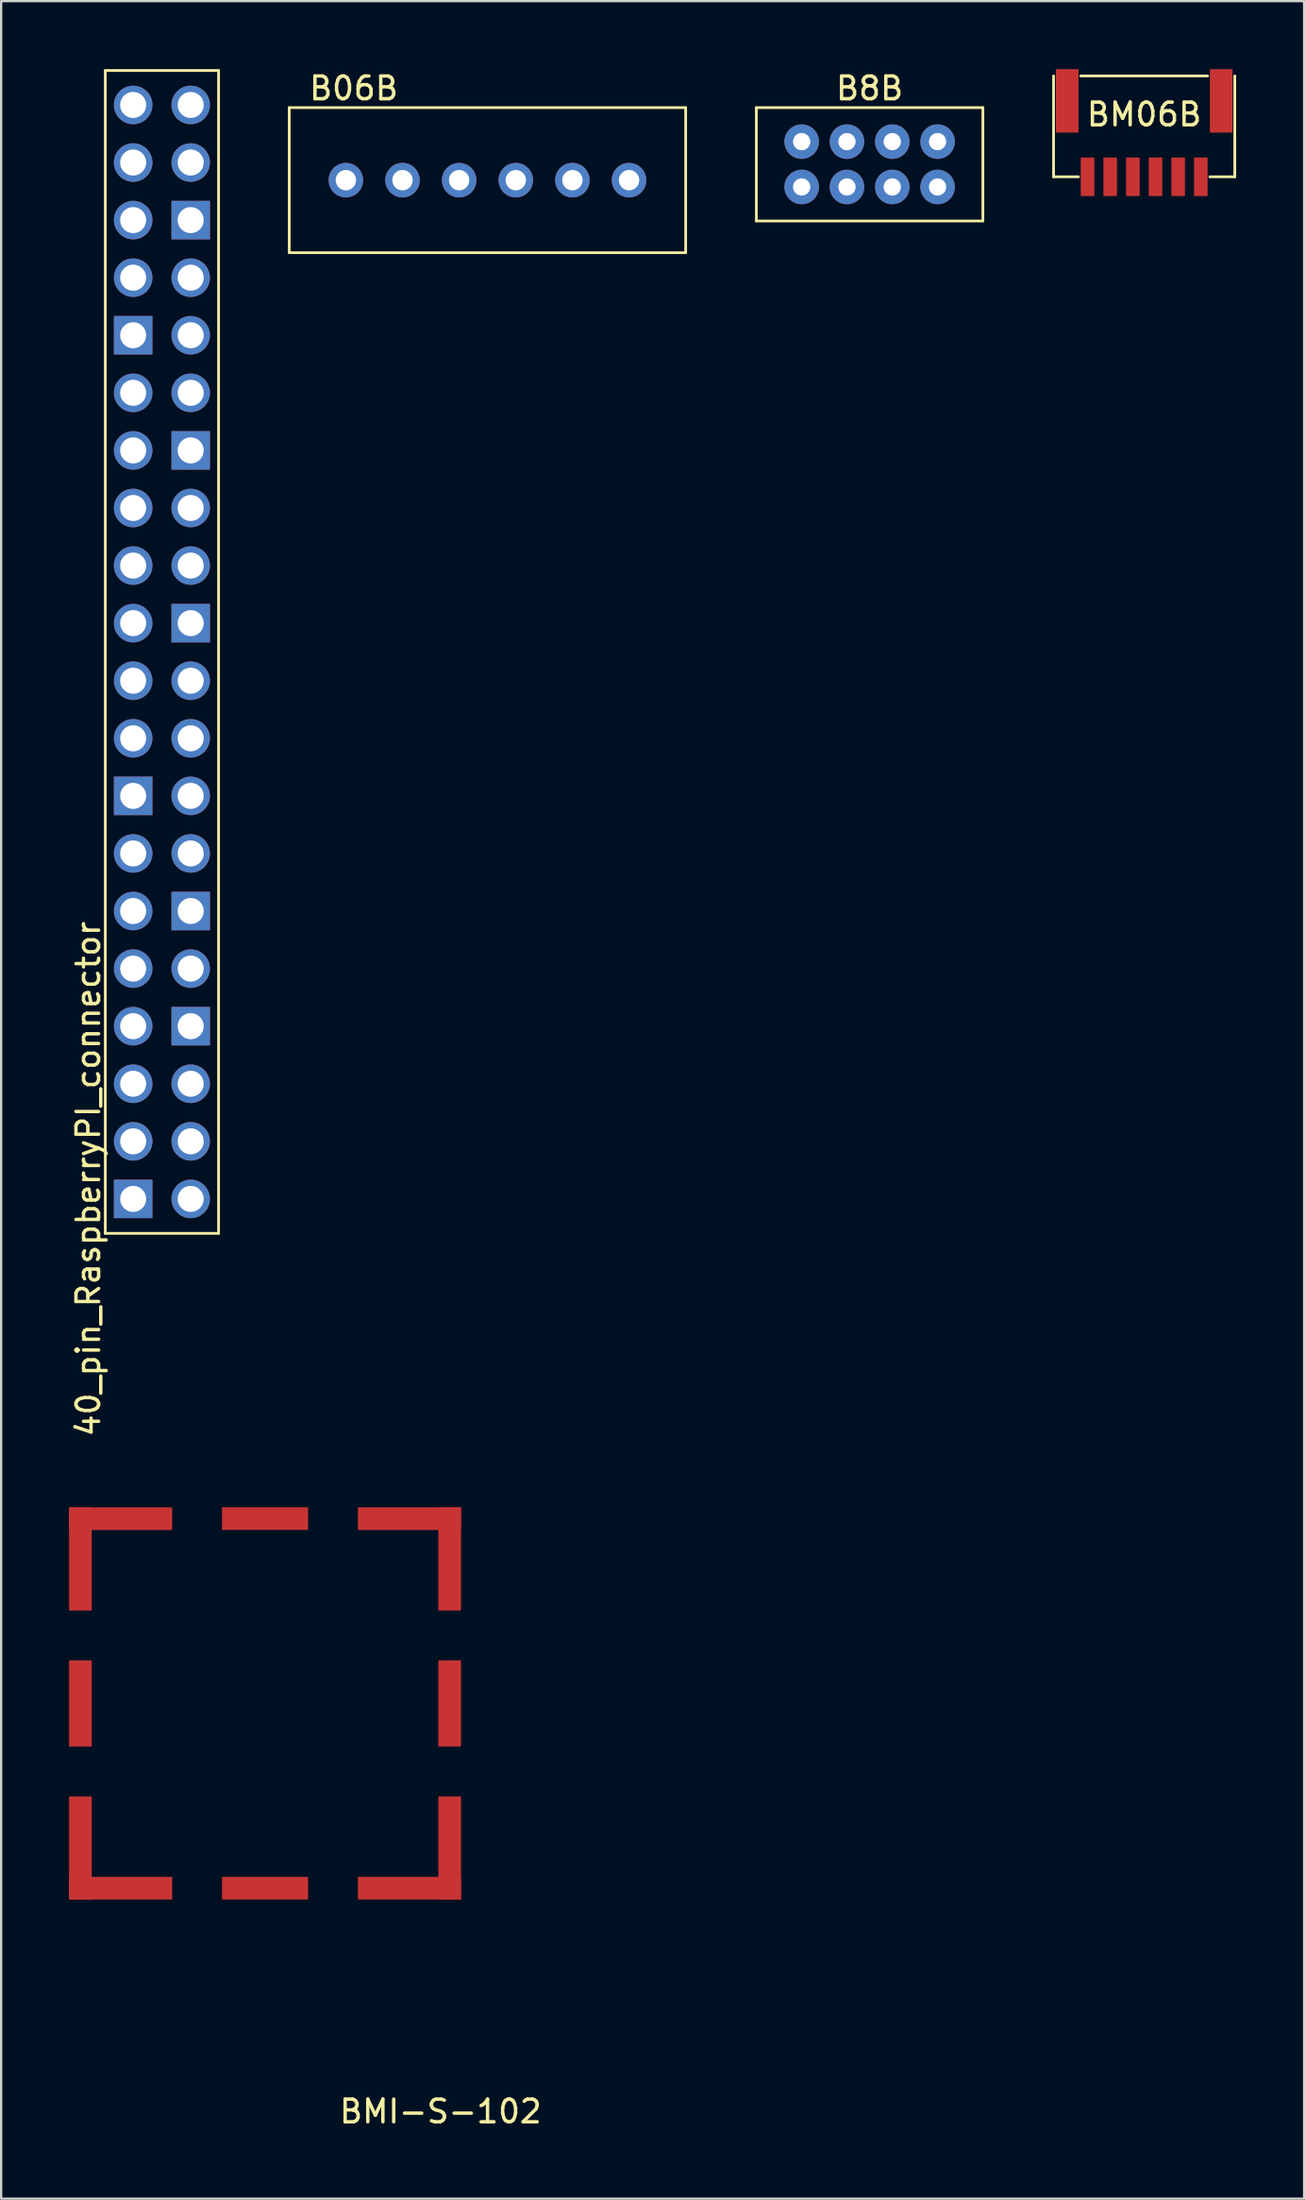
<source format=kicad_pcb>
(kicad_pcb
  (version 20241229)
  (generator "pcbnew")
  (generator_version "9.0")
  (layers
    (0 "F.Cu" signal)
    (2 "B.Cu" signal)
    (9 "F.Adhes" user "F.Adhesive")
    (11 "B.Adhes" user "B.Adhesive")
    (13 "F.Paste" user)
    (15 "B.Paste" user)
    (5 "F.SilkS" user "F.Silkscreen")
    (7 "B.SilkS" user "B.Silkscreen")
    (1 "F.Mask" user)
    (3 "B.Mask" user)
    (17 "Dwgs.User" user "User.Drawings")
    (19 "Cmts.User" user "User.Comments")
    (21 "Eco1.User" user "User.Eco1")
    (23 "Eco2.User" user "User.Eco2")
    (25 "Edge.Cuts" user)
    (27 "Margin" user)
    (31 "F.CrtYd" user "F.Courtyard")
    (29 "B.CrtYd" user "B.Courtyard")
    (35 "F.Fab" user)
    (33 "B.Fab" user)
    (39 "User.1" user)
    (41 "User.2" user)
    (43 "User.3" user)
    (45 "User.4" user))
  (footprint "40_pin_RaspberryPI_connector"
    (layer "F.Cu")
    (at 4.098 25.71)
    (property "Reference" "40_pin_RaspberryPI_connector" (at -3.25 23.25 90) (layer "F.SilkS") (effects (font (size 1 1) (thickness 0.15))))
    (attr through_hole)
    (fp_line (start -2.5 -25.65) (end -2.5 25.65) (stroke (width 0.12) (type solid)) (layer "F.SilkS"))
    (fp_line (start -2.5 -25.65) (end 2.5 -25.65) (stroke (width 0.12) (type solid)) (layer "F.SilkS"))
    (fp_line (start -2.5 25.65) (end 2.5 25.65) (stroke (width 0.12) (type solid)) (layer "F.SilkS"))
    (fp_line (start 2.5 -25.65) (end 2.5 25.65) (stroke (width 0.12) (type solid)) (layer "F.SilkS"))
    (pad "1" thru_hole circle (at -1.27 -24.13) (size 1.7 1.7) (drill 1.15) (layers "*.Cu" "*.Mask"))
    (pad "2" thru_hole circle (at 1.27 -24.13) (size 1.7 1.7) (drill 1.15) (layers "*.Cu" "*.Mask"))
    (pad "3" thru_hole circle (at -1.27 -21.59) (size 1.7 1.7) (drill 1.15) (layers "*.Cu" "*.Mask"))
    (pad "4" thru_hole circle (at 1.27 -21.59) (size 1.7 1.7) (drill 1.15) (layers "*.Cu" "*.Mask"))
    (pad "5" thru_hole circle (at -1.27 -19.05) (size 1.7 1.7) (drill 1.15) (layers "*.Cu" "*.Mask"))
    (pad "6" thru_hole rect (at 1.27 -19.05) (size 1.7 1.7) (drill 1.15) (layers "*.Cu" "*.Mask"))
    (pad "7" thru_hole circle (at -1.27 -16.51) (size 1.7 1.7) (drill 1.15) (layers "*.Cu" "*.Mask"))
    (pad "8" thru_hole circle (at 1.27 -16.51) (size 1.7 1.7) (drill 1.15) (layers "*.Cu" "*.Mask"))
    (pad "9" thru_hole rect (at -1.27 -13.97) (size 1.7 1.7) (drill 1.15) (layers "*.Cu" "*.Mask"))
    (pad "10" thru_hole circle (at 1.27 -13.97) (size 1.7 1.7) (drill 1.15) (layers "*.Cu" "*.Mask"))
    (pad "11" thru_hole circle (at -1.27 -11.43) (size 1.7 1.7) (drill 1.15) (layers "*.Cu" "*.Mask"))
    (pad "12" thru_hole circle (at 1.27 -11.43) (size 1.7 1.7) (drill 1.15) (layers "*.Cu" "*.Mask"))
    (pad "13" thru_hole circle (at -1.27 -8.89) (size 1.7 1.7) (drill 1.15) (layers "*.Cu" "*.Mask"))
    (pad "14" thru_hole rect (at 1.27 -8.89) (size 1.7 1.7) (drill 1.15) (layers "*.Cu" "*.Mask"))
    (pad "15" thru_hole circle (at -1.27 -6.35) (size 1.7 1.7) (drill 1.15) (layers "*.Cu" "*.Mask"))
    (pad "16" thru_hole circle (at 1.27 -6.35) (size 1.7 1.7) (drill 1.15) (layers "*.Cu" "*.Mask"))
    (pad "17" thru_hole circle (at -1.27 -3.81) (size 1.7 1.7) (drill 1.15) (layers "*.Cu" "*.Mask"))
    (pad "18" thru_hole circle (at 1.27 -3.81) (size 1.7 1.7) (drill 1.15) (layers "*.Cu" "*.Mask"))
    (pad "19" thru_hole circle (at -1.27 -1.27) (size 1.7 1.7) (drill 1.15) (layers "*.Cu" "*.Mask"))
    (pad "20" thru_hole rect (at 1.27 -1.27) (size 1.7 1.7) (drill 1.15) (layers "*.Cu" "*.Mask"))
    (pad "21" thru_hole circle (at -1.27 1.27) (size 1.7 1.7) (drill 1.15) (layers "*.Cu" "*.Mask"))
    (pad "22" thru_hole circle (at 1.27 1.27) (size 1.7 1.7) (drill 1.15) (layers "*.Cu" "*.Mask"))
    (pad "23" thru_hole circle (at -1.27 3.81) (size 1.7 1.7) (drill 1.15) (layers "*.Cu" "*.Mask"))
    (pad "24" thru_hole circle (at 1.27 3.81) (size 1.7 1.7) (drill 1.15) (layers "*.Cu" "*.Mask"))
    (pad "25" thru_hole rect (at -1.27 6.35) (size 1.7 1.7) (drill 1.15) (layers "*.Cu" "*.Mask"))
    (pad "26" thru_hole circle (at 1.27 6.35) (size 1.7 1.7) (drill 1.15) (layers "*.Cu" "*.Mask"))
    (pad "27" thru_hole circle (at -1.27 8.89) (size 1.7 1.7) (drill 1.15) (layers "*.Cu" "*.Mask"))
    (pad "28" thru_hole circle (at 1.27 8.89) (size 1.7 1.7) (drill 1.15) (layers "*.Cu" "*.Mask"))
    (pad "29" thru_hole circle (at -1.27 11.43) (size 1.7 1.7) (drill 1.15) (layers "*.Cu" "*.Mask"))
    (pad "30" thru_hole rect (at 1.27 11.43) (size 1.7 1.7) (drill 1.15) (layers "*.Cu" "*.Mask"))
    (pad "31" thru_hole circle (at -1.27 13.97) (size 1.7 1.7) (drill 1.15) (layers "*.Cu" "*.Mask"))
    (pad "32" thru_hole circle (at 1.27 13.97) (size 1.7 1.7) (drill 1.15) (layers "*.Cu" "*.Mask"))
    (pad "33" thru_hole circle (at -1.27 16.51) (size 1.7 1.7) (drill 1.15) (layers "*.Cu" "*.Mask"))
    (pad "34" thru_hole rect (at 1.27 16.51) (size 1.7 1.7) (drill 1.15) (layers "*.Cu" "*.Mask"))
    (pad "35" thru_hole circle (at -1.27 19.05) (size 1.7 1.7) (drill 1.15) (layers "*.Cu" "*.Mask"))
    (pad "36" thru_hole circle (at 1.27 19.05) (size 1.7 1.7) (drill 1.15) (layers "*.Cu" "*.Mask"))
    (pad "37" thru_hole circle (at -1.27 21.59) (size 1.7 1.7) (drill 1.15) (layers "*.Cu" "*.Mask"))
    (pad "38" thru_hole circle (at 1.27 21.59) (size 1.7 1.7) (drill 1.15) (layers "*.Cu" "*.Mask"))
    (pad "39" thru_hole rect (at -1.27 24.13) (size 1.7 1.7) (drill 1.15) (layers "*.Cu" "*.Mask"))
    (pad "40" thru_hole circle (at 1.27 24.13) (size 1.7 1.7) (drill 1.15) (layers "*.Cu" "*.Mask")))
  (footprint "BM06B"
    (layer "F.Cu")
    (at 47.458 3.9)
    (property "Reference" "BM06B" (at 0 -1.9 0) (layer "F.SilkS") (effects (font (size 1 1) (thickness 0.15))))
    (attr through_hole)
    (fp_line (start -4 0.85) (end -4 -3.6) (stroke (width 0.12) (type solid)) (layer "F.SilkS"))
    (fp_line (start -4 0.85) (end -2.9 0.85) (stroke (width 0.12) (type solid)) (layer "F.SilkS"))
    (fp_line (start 2.8 -3.6) (end -2.8 -3.6) (stroke (width 0.12) (type solid)) (layer "F.SilkS"))
    (fp_line (start 2.9 0.85) (end 4 0.85) (stroke (width 0.12) (type solid)) (layer "F.SilkS"))
    (fp_line (start 4 0.85) (end 4 -3.6) (stroke (width 0.12) (type solid)) (layer "F.SilkS"))
    (pad "" smd rect (at -3.4 -2.5) (size 1 2.8) (layers "F.Cu" "F.Mask" "F.Paste"))
    (pad "" smd rect (at 3.4 -2.5) (size 1 2.8) (layers "F.Cu" "F.Mask" "F.Paste"))
    (pad "1" smd rect (at -2.5 0.85) (size 0.6 1.7) (layers "F.Cu" "F.Mask" "F.Paste"))
    (pad "2" smd rect (at -1.5 0.85) (size 0.6 1.7) (layers "F.Cu" "F.Mask" "F.Paste"))
    (pad "3" smd rect (at -0.5 0.85) (size 0.6 1.7) (layers "F.Cu" "F.Mask" "F.Paste"))
    (pad "4" smd rect (at 0.5 0.85) (size 0.6 1.7) (layers "F.Cu" "F.Mask" "F.Paste"))
    (pad "5" smd rect (at 1.5 0.85) (size 0.6 1.7) (layers "F.Cu" "F.Mask" "F.Paste"))
    (pad "6" smd rect (at 2.5 0.85) (size 0.6 1.7) (layers "F.Cu" "F.Mask" "F.Paste")))
  (footprint "B06B"
    (layer "F.Cu")
    (at 18.468 4.898)
    (property "Reference" "B06B" (at -5.9 -4.05 0) (layer "F.SilkS") (effects (font (size 1 1) (thickness 0.15))))
    (attr through_hole)
    (fp_line (start -8.75 -3.2) (end -8.75 3.2) (stroke (width 0.12) (type solid)) (layer "F.SilkS"))
    (fp_line (start -8.75 -3.2) (end 8.75 -3.2) (stroke (width 0.12) (type solid)) (layer "F.SilkS"))
    (fp_line (start -8.75 3.2) (end 8.75 3.2) (stroke (width 0.12) (type solid)) (layer "F.SilkS"))
    (fp_line (start 8.75 -3.2) (end 8.75 3.2) (stroke (width 0.12) (type solid)) (layer "F.SilkS"))
    (pad "1" thru_hole circle (at -6.25 0) (size 1.524 1.524) (drill 0.9) (layers "*.Cu" "*.Mask"))
    (pad "2" thru_hole circle (at -3.75 0) (size 1.524 1.524) (drill 0.9) (layers "*.Cu" "*.Mask"))
    (pad "3" thru_hole circle (at -1.25 0) (size 1.524 1.524) (drill 0.9) (layers "*.Cu" "*.Mask"))
    (pad "4" thru_hole circle (at 1.25 0) (size 1.524 1.524) (drill 0.9) (layers "*.Cu" "*.Mask"))
    (pad "5" thru_hole circle (at 3.75 0) (size 1.524 1.524) (drill 0.9) (layers "*.Cu" "*.Mask"))
    (pad "6" thru_hole circle (at 6.25 0) (size 1.524 1.524) (drill 0.9) (layers "*.Cu" "*.Mask")))
  (footprint "BMI-S-102"
    (layer "F.Cu")
    (at 8.65 72.097)
    (property "Reference" "BMI-S-102" (at 7.75 18 0) (layer "F.SilkS") (effects (font (size 1 1) (thickness 0.15))))
    (attr through_hole)
    (pad "1" smd rect (at -8.65 -8.65) (size 1 4.55) (drill (offset 0.5 2.275)) (layers "F.Cu" "F.Mask" "F.Paste"))
    (pad "1" smd rect (at -8.65 -8.65) (size 4.55 1) (drill (offset 2.275 0.5)) (layers "F.Cu" "F.Mask" "F.Paste"))
    (pad "1" smd rect (at -8.65 0) (size 1 3.8) (drill (offset 0.5 0)) (layers "F.Cu" "F.Mask" "F.Paste"))
    (pad "1" smd rect (at -8.65 8.65) (size 1 4.55) (drill (offset 0.5 -2.275)) (layers "F.Cu" "F.Mask" "F.Paste"))
    (pad "1" smd rect (at -8.65 8.65) (size 4.55 1) (drill (offset 2.275 -0.5)) (layers "F.Cu" "F.Mask" "F.Paste"))
    (pad "1" smd rect (at 0 -8.655) (size 3.8 1) (drill (offset 0 0.5)) (layers "F.Cu" "F.Mask" "F.Paste"))
    (pad "1" smd rect (at 0 8.65) (size 3.8 1) (drill (offset 0 -0.5)) (layers "F.Cu" "F.Mask" "F.Paste"))
    (pad "1" smd rect (at 8.65 -8.65) (size 1 4.55) (drill (offset -0.5 2.275)) (layers "F.Cu" "F.Mask" "F.Paste"))
    (pad "1" smd rect (at 8.65 -8.65) (size 4.55 1) (drill (offset -2.275 0.5)) (layers "F.Cu" "F.Mask" "F.Paste"))
    (pad "1" smd rect (at 8.65 0) (size 1 3.8) (drill (offset -0.5 0)) (layers "F.Cu" "F.Mask" "F.Paste"))
    (pad "1" smd rect (at 8.65 8.65) (size 1 4.55) (drill (offset -0.5 -2.275)) (layers "F.Cu" "F.Mask" "F.Paste"))
    (pad "1" smd rect (at 8.65 8.65) (size 4.55 1) (drill (offset -2.275 -0.5)) (layers "F.Cu" "F.Mask" "F.Paste")))
  (footprint "B8B"
    (layer "F.Cu")
    (at 35.338 4.198)
    (property "Reference" "B8B" (at 0 -3.35 0) (layer "F.SilkS") (effects (font (size 1 1) (thickness 0.15))))
    (attr through_hole)
    (fp_line (start -5 -2.5) (end -5 2.5) (stroke (width 0.12) (type solid)) (layer "F.SilkS"))
    (fp_line (start -5 2.5) (end 5 2.5) (stroke (width 0.12) (type solid)) (layer "F.SilkS"))
    (fp_line (start 5 -2.5) (end -5 -2.5) (stroke (width 0.12) (type solid)) (layer "F.SilkS"))
    (fp_line (start 5 -2.5) (end 5 2.5) (stroke (width 0.12) (type solid)) (layer "F.SilkS"))
    (pad "1" thru_hole circle (at -3 -1) (size 1.524 1.524) (drill 0.762) (layers "*.Cu" "*.Mask"))
    (pad "2" thru_hole circle (at -1 -1) (size 1.524 1.524) (drill 0.762) (layers "*.Cu" "*.Mask"))
    (pad "3" thru_hole circle (at 1 -1) (size 1.524 1.524) (drill 0.762) (layers "*.Cu" "*.Mask"))
    (pad "4" thru_hole circle (at 3 -1) (size 1.524 1.524) (drill 0.762) (layers "*.Cu" "*.Mask"))
    (pad "5" thru_hole circle (at -3 1) (size 1.524 1.524) (drill 0.762) (layers "*.Cu" "*.Mask"))
    (pad "6" thru_hole circle (at -1 1) (size 1.524 1.524) (drill 0.762) (layers "*.Cu" "*.Mask"))
    (pad "7" thru_hole circle (at 1 1) (size 1.524 1.524) (drill 0.762) (layers "*.Cu" "*.Mask"))
    (pad "8" thru_hole circle (at 3 1) (size 1.524 1.524) (drill 0.762) (layers "*.Cu" "*.Mask")))
  (gr_rect
    (start -3 -3)
    (end 54.518 93.945)
    (stroke (width 0.1) (type default))
    (fill no)
    (layer "Edge.Cuts")))
</source>
